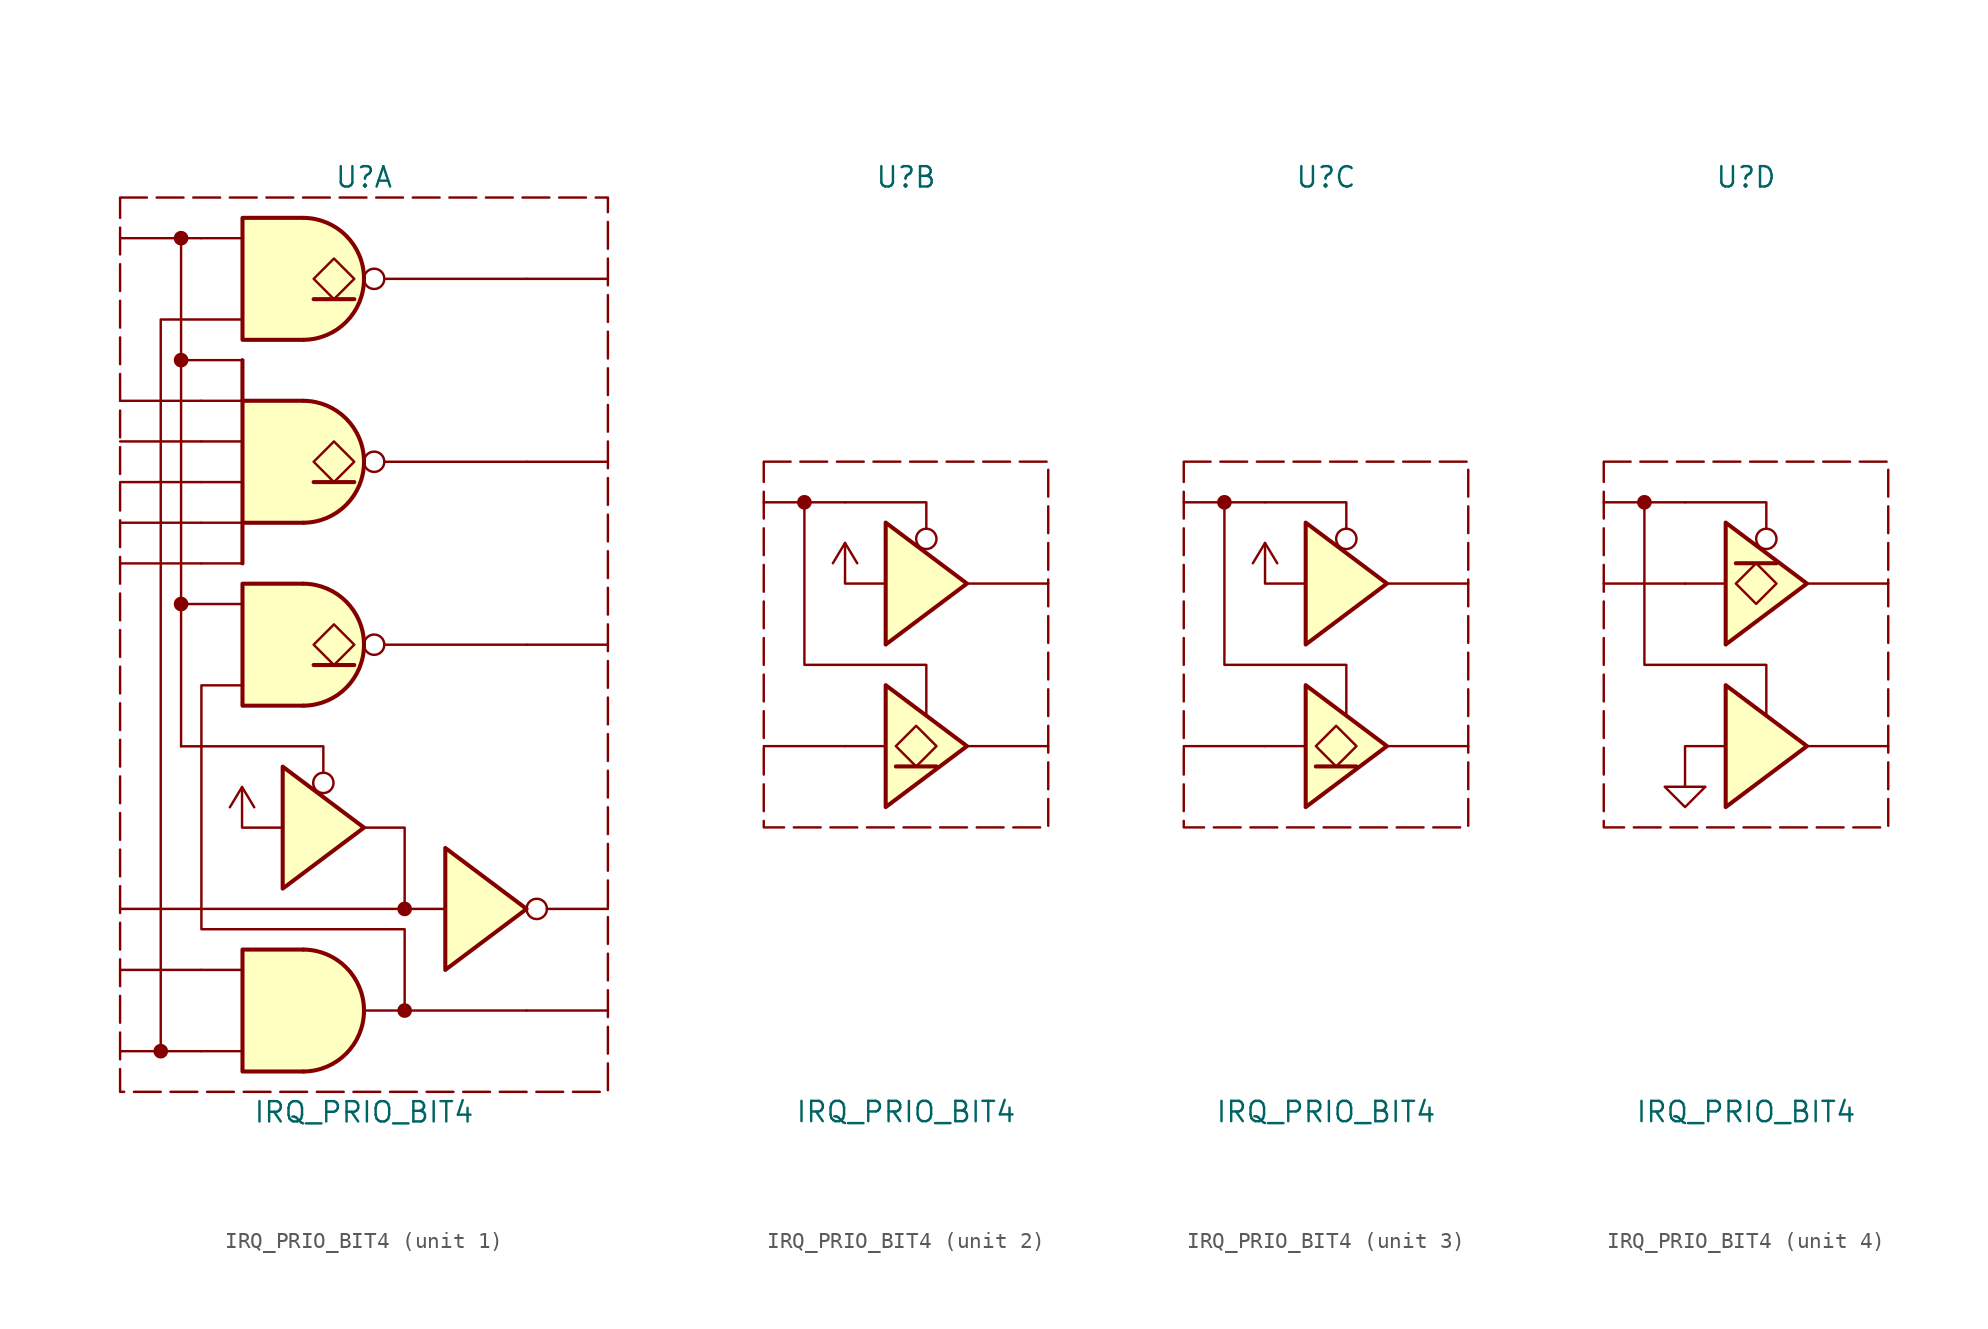
<source format=kicad_sym>
(kicad_symbol_lib
  (version 20231120)
  (generator "kicad_symbol_editor")
  (generator_version "8.0")
  (symbol "IRQ_PRIO_BIT4"
    (pin_numbers hide)
    (pin_names hide)
    (property "Reference" "U"
      (at 0 29.21 0)
      (effects (font (size 1.27 1.27))))
    (property "Value" "IRQ_PRIO_BIT4"
      (at 0 -29.21 0)
      (effects (font (size 1.27 1.27))))
    (property "ki_locked" ""
      (at 0 0 0)
      (effects (font (size 1.27 1.27))))
    (symbol "IRQ_PRIO_BIT4_1_0"
      (polyline (pts (xy -5.08 -7.62) (xy -5.08 -15.24) (xy 0 -11.43) (xy -5.08 -7.62)) (stroke (width 0.254) (type default)) (fill (type background)))
      (polyline (pts (xy 5.08 -12.7) (xy 5.08 -20.32) (xy 10.16 -16.51) (xy 5.08 -12.7)) (stroke (width 0.254) (type default)) (fill (type background))))
    (symbol "IRQ_PRIO_BIT4_1_1"
      (rectangle (start -15.24 27.94) (end 15.24 -27.94) (stroke (width 0) (type dash)) (fill (type none)))
      (circle (center -12.7 -25.4) (radius 0.381) (stroke (width 0) (type default)) (fill (type outline)))
      (circle (center -11.43 2.54) (radius 0.381) (stroke (width 0) (type default)) (fill (type outline)))
      (circle (center -11.43 17.78) (radius 0.381) (stroke (width 0) (type default)) (fill (type outline)))
      (circle (center -11.43 25.4) (radius 0.381) (stroke (width 0) (type default)) (fill (type outline)))
      (arc (start -3.7824 -26.67) (mid 0.0001 -22.86) (end -3.7824 -19.05) (stroke (width 0.254) (type default)) (fill (type background)))
      (arc (start -3.7824 -3.81) (mid 0.0001 0) (end -3.7824 3.81) (stroke (width 0.254) (type default)) (fill (type background)))
      (arc (start -3.7824 7.62) (mid 0.0001 11.43) (end -3.7824 15.24) (stroke (width 0.254) (type default)) (fill (type background)))
      (arc (start -3.7824 19.05) (mid 0.0001 22.86) (end -3.7824 26.67) (stroke (width 0.254) (type default)) (fill (type background)))
      (circle (center -2.54 -8.636) (radius 0.635) (stroke (width 0) (type default)) (fill (type none)))
      (polyline (pts (xy -11.43 2.54) (xy -7.62 2.54)) (stroke (width 0) (type default)) (fill (type none)))
      (polyline (pts (xy -11.43 25.4) (xy -11.43 -6.35)) (stroke (width 0) (type default)) (fill (type none)))
      (polyline (pts (xy -10.16 -25.4) (xy -7.62 -25.4)) (stroke (width 0) (type default)) (fill (type none)))
      (polyline (pts (xy -10.16 -20.32) (xy -7.62 -20.32)) (stroke (width 0) (type default)) (fill (type none)))
      (polyline (pts (xy -10.16 -16.51) (xy 5.08 -16.51)) (stroke (width 0) (type default)) (fill (type none)))
      (polyline (pts (xy -10.16 12.7) (xy -7.62 12.7)) (stroke (width 0) (type default)) (fill (type none)))
      (polyline (pts (xy -10.16 15.24) (xy -7.62 15.24)) (stroke (width 0) (type default)) (fill (type none)))
      (polyline (pts (xy -10.16 25.4) (xy -7.62 25.4)) (stroke (width 0) (type default)) (fill (type none)))
      (polyline (pts (xy -7.62 5.08) (xy -10.16 5.08)) (stroke (width 0) (type default)) (fill (type none)))
      (polyline (pts (xy -7.62 7.62) (xy -10.16 7.62)) (stroke (width 0) (type default)) (fill (type none)))
      (polyline (pts (xy -7.62 10.16) (xy -10.16 10.16)) (stroke (width 0) (type default)) (fill (type none)))
      (polyline (pts (xy -7.62 17.78) (xy -11.43 17.78)) (stroke (width 0) (type default)) (fill (type none)))
      (polyline (pts (xy -7.595 7.62) (xy -7.595 5.08)) (stroke (width 0.254) (type default)) (fill (type background)))
      (polyline (pts (xy -7.595 17.78) (xy -7.595 15.24)) (stroke (width 0.254) (type default)) (fill (type background)))
      (polyline (pts (xy -3.147 -1.27) (xy -0.607 -1.27)) (stroke (width 0.254) (type default)) (fill (type none)))
      (polyline (pts (xy -3.147 10.16) (xy -0.607 10.16)) (stroke (width 0.254) (type default)) (fill (type none)))
      (polyline (pts (xy -3.147 21.59) (xy -0.607 21.59)) (stroke (width 0.254) (type default)) (fill (type none)))
      (polyline (pts (xy 10.16 -22.86) (xy 0 -22.86)) (stroke (width 0) (type default)) (fill (type none)))
      (polyline (pts (xy 10.16 0) (xy 1.27 0)) (stroke (width 0) (type default)) (fill (type none)))
      (polyline (pts (xy 10.16 11.43) (xy 1.27 11.43)) (stroke (width 0) (type default)) (fill (type none)))
      (polyline (pts (xy 10.16 22.86) (xy 1.27 22.86)) (stroke (width 0) (type default)) (fill (type none)))
      (polyline (pts (xy -11.43 -6.35) (xy -2.54 -6.35) (xy -2.54 -8.001)) (stroke (width 0) (type default)) (fill (type none)))
      (polyline (pts (xy -8.382 -10.16) (xy -7.62 -8.89) (xy -6.858 -10.16)) (stroke (width 0) (type default)) (fill (type none)))
      (polyline (pts (xy -7.62 20.32) (xy -12.7 20.32) (xy -12.7 -25.4)) (stroke (width 0) (type default)) (fill (type none)))
      (polyline (pts (xy -5.08 -11.43) (xy -7.62 -11.43) (xy -7.62 -8.89)) (stroke (width 0) (type default)) (fill (type none)))
      (polyline (pts (xy 0 -11.43) (xy 2.54 -11.43) (xy 2.54 -16.51)) (stroke (width 0) (type default)) (fill (type none)))
      (polyline (pts (xy -3.782 -19.05) (xy -7.592 -19.05) (xy -7.592 -26.67) (xy -3.782 -26.67)) (stroke (width 0.254) (type default)) (fill (type background)))
      (polyline (pts (xy -3.782 3.81) (xy -7.592 3.81) (xy -7.592 -3.81) (xy -3.782 -3.81)) (stroke (width 0.254) (type default)) (fill (type background)))
      (polyline (pts (xy -3.782 15.24) (xy -7.592 15.24) (xy -7.592 7.62) (xy -3.782 7.62)) (stroke (width 0.254) (type default)) (fill (type background)))
      (polyline (pts (xy -3.782 26.67) (xy -7.592 26.67) (xy -7.592 19.05) (xy -3.782 19.05)) (stroke (width 0.254) (type default)) (fill (type background)))
      (polyline (pts (xy -7.62 -2.54) (xy -10.16 -2.54) (xy -10.16 -17.78) (xy 2.54 -17.78) (xy 2.54 -22.86)) (stroke (width 0) (type default)) (fill (type none)))
      (polyline (pts (xy -0.607 0) (xy -1.877 1.27) (xy -3.147 0) (xy -1.877 -1.27) (xy -0.607 0)) (stroke (width 0) (type default)) (fill (type none)))
      (polyline (pts (xy -0.607 11.43) (xy -1.877 12.7) (xy -3.147 11.43) (xy -1.877 10.16) (xy -0.607 11.43)) (stroke (width 0) (type default)) (fill (type none)))
      (polyline (pts (xy -0.607 22.86) (xy -1.877 24.13) (xy -3.147 22.86) (xy -1.877 21.59) (xy -0.607 22.86)) (stroke (width 0) (type default)) (fill (type none)))
      (circle (center 0.635 0) (radius 0.635) (stroke (width 0) (type default)) (fill (type none)))
      (circle (center 0.635 11.43) (radius 0.635) (stroke (width 0) (type default)) (fill (type none)))
      (circle (center 0.635 22.86) (radius 0.635) (stroke (width 0) (type default)) (fill (type none)))
      (circle (center 2.54 -22.86) (radius 0.381) (stroke (width 0) (type default)) (fill (type outline)))
      (circle (center 2.54 -16.51) (radius 0.381) (stroke (width 0) (type default)) (fill (type outline)))
      (pin input line (at -15.24 -20.32 0) (length 5.08) (name "AND_IN1" (effects (font (size 1.27 1.27)))) (number "" (effects (font (size 1.27 1.27)))))
      (pin input line (at -15.24 -25.4 0) (length 5.08) (name "AND_IN2_NAND_A_IN2" (effects (font (size 1.27 1.27)))) (number "" (effects (font (size 1.27 1.27)))))
      (pin output line (at 15.24 -22.86 180) (length 5.08) (name "AND_Y" (effects (font (size 1.27 1.27)))) (number "" (effects (font (size 1.27 1.27)))))
      (pin tri_state line (at 15.24 22.86 180) (length 5.08) (name "NAND_A_Y" (effects (font (size 1.27 1.27)))) (number "" (effects (font (size 1.27 1.27)))))
      (pin input line (at -15.24 15.24 0) (length 5.08) (name "NAND_B_IN2" (effects (font (size 1.27 1.27)))) (number "" (effects (font (size 1.27 1.27)))))
      (pin input line (at -15.24 12.7 0) (length 5.08) (name "NAND_B_IN3" (effects (font (size 1.27 1.27)))) (number "" (effects (font (size 1.27 1.27)))))
      (pin input line (at -15.24 10.16 0) (length 5.08) (name "NAND_B_IN4" (effects (font (size 1.27 1.27)))) (number "" (effects (font (size 1.27 1.27)))))
      (pin input line (at -15.24 7.62 0) (length 5.08) (name "NAND_B_IN5" (effects (font (size 1.27 1.27)))) (number "" (effects (font (size 1.27 1.27)))))
      (pin input line (at -15.24 5.08 0) (length 5.08) (name "NAND_B_IN6" (effects (font (size 1.27 1.27)))) (number "" (effects (font (size 1.27 1.27)))))
      (pin tri_state line (at 15.24 11.43 180) (length 5.08) (name "NAND_B_Y" (effects (font (size 1.27 1.27)))) (number "" (effects (font (size 1.27 1.27)))))
      (pin tri_state line (at 15.24 0 180) (length 5.08) (name "NAND_C_Y" (effects (font (size 1.27 1.27)))) (number "" (effects (font (size 1.27 1.27)))))
      (pin bidirectional line (at -15.24 -16.51 0) (length 5.08) (name "NOT_IN" (effects (font (size 1.27 1.27)))) (number "" (effects (font (size 1.27 1.27)))))
      (pin output inverted (at 15.24 -16.51 180) (length 5.08) (name "NOT_Y" (effects (font (size 1.27 1.27)))) (number "" (effects (font (size 1.27 1.27)))))
      (pin input line (at -15.24 25.4 0) (length 5.08) (name "~{PCH}" (effects (font (size 1.27 1.27)))) (number "" (effects (font (size 1.27 1.27))))))
    (symbol "IRQ_PRIO_BIT4_2_0"
      (polyline (pts (xy -1.27 -2.54) (xy -1.27 -10.16) (xy 3.81 -6.35) (xy -1.27 -2.54)) (stroke (width 0.254) (type default)) (fill (type background)))
      (polyline (pts (xy -1.27 7.62) (xy -1.27 0) (xy 3.81 3.81) (xy -1.27 7.62)) (stroke (width 0.254) (type default)) (fill (type background))))
    (symbol "IRQ_PRIO_BIT4_2_1"
      (rectangle (start -8.89 11.43) (end 8.89 -11.43) (stroke (width 0) (type dash)) (fill (type none)))
      (circle (center -6.35 8.89) (radius 0.381) (stroke (width 0) (type default)) (fill (type outline)))
      (polyline (pts (xy -3.81 -6.35) (xy -1.27 -6.35)) (stroke (width 0) (type default)) (fill (type none)))
      (polyline (pts (xy -0.635 -7.62) (xy 1.905 -7.62)) (stroke (width 0.254) (type default)) (fill (type none)))
      (polyline (pts (xy -4.572 5.08) (xy -3.81 6.35) (xy -3.048 5.08)) (stroke (width 0) (type default)) (fill (type none)))
      (polyline (pts (xy -3.81 8.89) (xy 1.27 8.89) (xy 1.27 7.239)) (stroke (width 0) (type default)) (fill (type none)))
      (polyline (pts (xy -1.27 3.81) (xy -3.81 3.81) (xy -3.81 6.35)) (stroke (width 0) (type default)) (fill (type none)))
      (polyline (pts (xy 1.27 -4.445) (xy 1.27 -1.27) (xy -6.35 -1.27) (xy -6.35 8.89)) (stroke (width 0) (type default)) (fill (type none)))
      (polyline (pts (xy 1.905 -6.35) (xy 0.635 -5.08) (xy -0.635 -6.35) (xy 0.635 -7.62) (xy 1.905 -6.35)) (stroke (width 0) (type default)) (fill (type none)))
      (circle (center 1.27 6.604) (radius 0.635) (stroke (width 0) (type default)) (fill (type none)))
      (pin input line (at -8.89 8.89 0) (length 5.08) (name "DIST_NAND_A_IN" (effects (font (size 1.27 1.27)))) (number "" (effects (font (size 1.27 1.27)))))
      (pin input line (at -8.89 -6.35 0) (length 5.08) (name "DIST_NAND_A_IN_N" (effects (font (size 1.27 1.27)))) (number "" (effects (font (size 1.27 1.27)))))
      (pin tri_state line (at 8.89 -6.35 180) (length 5.08) (name "DIST_NAND_A_Y_N" (effects (font (size 1.27 1.27)))) (number "" (effects (font (size 1.27 1.27)))))
      (pin tri_state line (at 8.89 3.81 180) (length 5.08) (name "DIST_NAND_A_Y_P" (effects (font (size 1.27 1.27)))) (number "" (effects (font (size 1.27 1.27))))))
    (symbol "IRQ_PRIO_BIT4_3_0"
      (polyline (pts (xy -1.27 -2.54) (xy -1.27 -10.16) (xy 3.81 -6.35) (xy -1.27 -2.54)) (stroke (width 0.254) (type default)) (fill (type background)))
      (polyline (pts (xy -1.27 7.62) (xy -1.27 0) (xy 3.81 3.81) (xy -1.27 7.62)) (stroke (width 0.254) (type default)) (fill (type background))))
    (symbol "IRQ_PRIO_BIT4_3_1"
      (rectangle (start -8.89 11.43) (end 8.89 -11.43) (stroke (width 0) (type dash)) (fill (type none)))
      (circle (center -6.35 8.89) (radius 0.381) (stroke (width 0) (type default)) (fill (type outline)))
      (polyline (pts (xy -3.81 -6.35) (xy -1.27 -6.35)) (stroke (width 0) (type default)) (fill (type none)))
      (polyline (pts (xy -0.635 -7.62) (xy 1.905 -7.62)) (stroke (width 0.254) (type default)) (fill (type none)))
      (polyline (pts (xy -4.572 5.08) (xy -3.81 6.35) (xy -3.048 5.08)) (stroke (width 0) (type default)) (fill (type none)))
      (polyline (pts (xy -3.81 8.89) (xy 1.27 8.89) (xy 1.27 7.239)) (stroke (width 0) (type default)) (fill (type none)))
      (polyline (pts (xy -1.27 3.81) (xy -3.81 3.81) (xy -3.81 6.35)) (stroke (width 0) (type default)) (fill (type none)))
      (polyline (pts (xy 1.27 -4.445) (xy 1.27 -1.27) (xy -6.35 -1.27) (xy -6.35 8.89)) (stroke (width 0) (type default)) (fill (type none)))
      (polyline (pts (xy 1.905 -6.35) (xy 0.635 -5.08) (xy -0.635 -6.35) (xy 0.635 -7.62) (xy 1.905 -6.35)) (stroke (width 0) (type default)) (fill (type none)))
      (circle (center 1.27 6.604) (radius 0.635) (stroke (width 0) (type default)) (fill (type none)))
      (pin input line (at -8.89 8.89 0) (length 5.08) (name "DIST_NAND_B_IN" (effects (font (size 1.27 1.27)))) (number "" (effects (font (size 1.27 1.27)))))
      (pin input line (at -8.89 -6.35 0) (length 5.08) (name "DIST_NAND_B_IN_N" (effects (font (size 1.27 1.27)))) (number "" (effects (font (size 1.27 1.27)))))
      (pin tri_state line (at 8.89 -6.35 180) (length 5.08) (name "DIST_NAND_B_Y_N" (effects (font (size 1.27 1.27)))) (number "" (effects (font (size 1.27 1.27)))))
      (pin tri_state line (at 8.89 3.81 180) (length 5.08) (name "DIST_NAND_B_Y_P" (effects (font (size 1.27 1.27)))) (number "" (effects (font (size 1.27 1.27))))))
    (symbol "IRQ_PRIO_BIT4_4_0"
      (polyline (pts (xy -1.27 -2.54) (xy -1.27 -10.16) (xy 3.81 -6.35) (xy -1.27 -2.54)) (stroke (width 0.254) (type default)) (fill (type background)))
      (polyline (pts (xy -1.27 7.62) (xy -1.27 0) (xy 3.81 3.81) (xy -1.27 7.62)) (stroke (width 0.254) (type default)) (fill (type background))))
    (symbol "IRQ_PRIO_BIT4_4_1"
      (rectangle (start -8.89 11.43) (end 8.89 -11.43) (stroke (width 0) (type dash)) (fill (type none)))
      (circle (center -6.35 8.89) (radius 0.381) (stroke (width 0) (type default)) (fill (type outline)))
      (polyline (pts (xy -3.81 3.81) (xy -1.27 3.81)) (stroke (width 0) (type default)) (fill (type none)))
      (polyline (pts (xy -0.635 5.08) (xy 1.905 5.08)) (stroke (width 0.254) (type default)) (fill (type none)))
      (polyline (pts (xy -3.81 8.89) (xy 1.27 8.89) (xy 1.27 7.239)) (stroke (width 0) (type default)) (fill (type none)))
      (polyline (pts (xy -1.27 -6.35) (xy -3.81 -6.35) (xy -3.81 -8.89)) (stroke (width 0) (type default)) (fill (type none)))
      (polyline (pts (xy -2.54 -8.89) (xy -5.08 -8.89) (xy -3.81 -10.16) (xy -2.54 -8.89)) (stroke (width 0) (type default)) (fill (type none)))
      (polyline (pts (xy 1.27 -4.445) (xy 1.27 -1.27) (xy -6.35 -1.27) (xy -6.35 8.89)) (stroke (width 0) (type default)) (fill (type none)))
      (polyline (pts (xy 1.905 3.81) (xy 0.635 5.08) (xy -0.635 3.81) (xy 0.635 2.54) (xy 1.905 3.81)) (stroke (width 0) (type default)) (fill (type none)))
      (circle (center 1.27 6.604) (radius 0.635) (stroke (width 0) (type default)) (fill (type none)))
      (pin input line (at -8.89 8.89 0) (length 5.08) (name "DIST_NOR_IN" (effects (font (size 1.27 1.27)))) (number "" (effects (font (size 1.27 1.27)))))
      (pin input line (at -8.89 3.81 0) (length 5.08) (name "DIST_NOR_IN_P" (effects (font (size 1.27 1.27)))) (number "" (effects (font (size 1.27 1.27)))))
      (pin tri_state line (at 8.89 -6.35 180) (length 5.08) (name "DIST_NOR_Y_N" (effects (font (size 1.27 1.27)))) (number "" (effects (font (size 1.27 1.27)))))
      (pin tri_state line (at 8.89 3.81 180) (length 5.08) (name "DIST_NOR_Y_P" (effects (font (size 1.27 1.27)))) (number "" (effects (font (size 1.27 1.27))))))))
</source>
